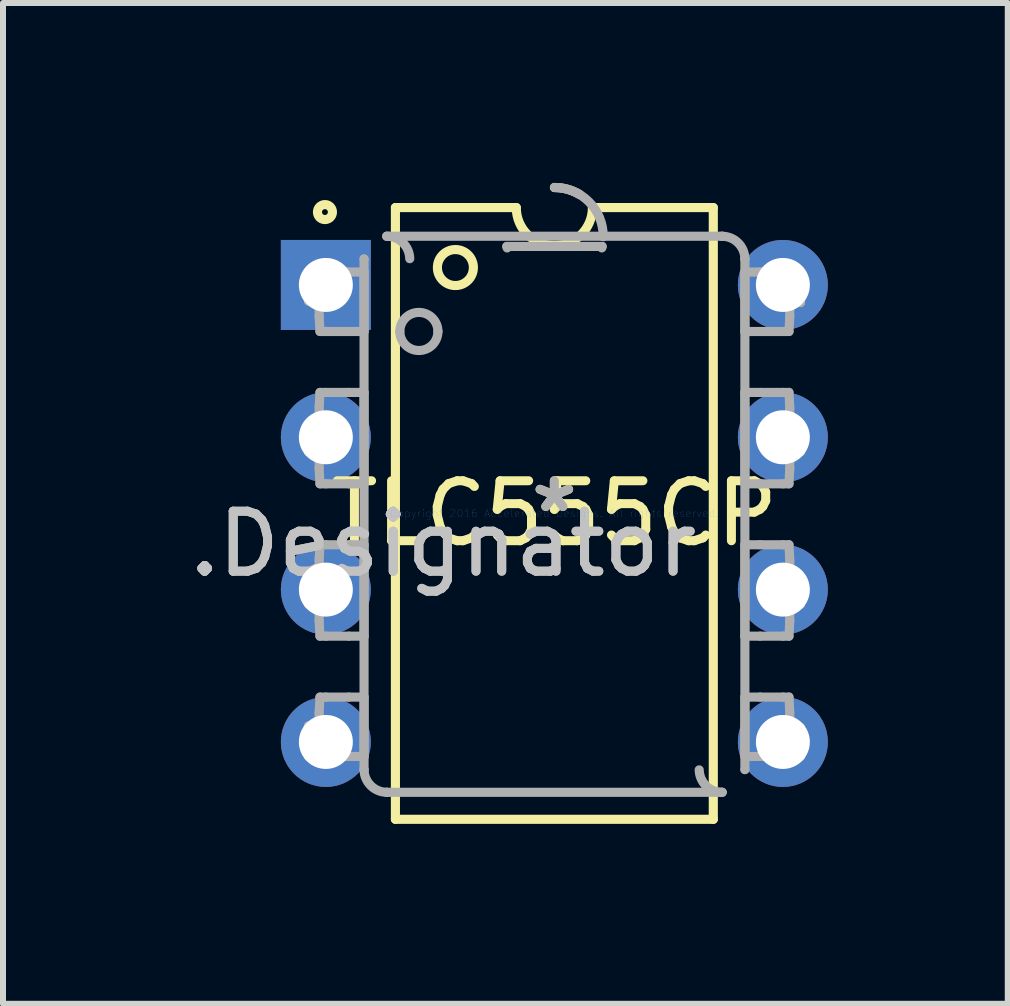
<source format=kicad_pcb>
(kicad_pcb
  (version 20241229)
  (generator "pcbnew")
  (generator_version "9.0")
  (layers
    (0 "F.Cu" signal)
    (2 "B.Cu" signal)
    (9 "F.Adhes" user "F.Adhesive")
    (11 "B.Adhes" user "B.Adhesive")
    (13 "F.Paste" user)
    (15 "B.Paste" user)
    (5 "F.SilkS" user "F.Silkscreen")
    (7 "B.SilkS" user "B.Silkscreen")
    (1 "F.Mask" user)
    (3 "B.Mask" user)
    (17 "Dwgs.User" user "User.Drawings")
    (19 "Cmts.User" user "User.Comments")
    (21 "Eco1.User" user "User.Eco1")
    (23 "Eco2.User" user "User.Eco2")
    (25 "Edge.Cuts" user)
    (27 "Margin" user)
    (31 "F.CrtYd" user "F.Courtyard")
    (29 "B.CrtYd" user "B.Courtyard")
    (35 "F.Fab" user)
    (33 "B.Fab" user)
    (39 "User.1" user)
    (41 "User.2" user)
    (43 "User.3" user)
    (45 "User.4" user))
  (footprint "TLC555CP"
    (layer "F.Cu")
    (at 6.193 5.511)
    (property "Reference" "TLC555CP" (at 0 0 0) (layer "F.SilkS") (effects (font (size 1 1) (thickness 0.15))))
    (attr through_hole)
    (fp_line (start -2.65 -5.1) (end -0.635 -5.1) (stroke (width 0.152) (type solid)) (layer "F.SilkS"))
    (fp_line (start -2.65 5.1) (end -2.65 -5.1) (stroke (width 0.152) (type solid)) (layer "F.SilkS"))
    (fp_line (start -2.65 5.1) (end 2.65 5.1) (stroke (width 0.152) (type solid)) (layer "F.SilkS"))
    (fp_line (start 0.635 -5.1) (end 2.65 -5.1) (stroke (width 0.152) (type solid)) (layer "F.SilkS"))
    (fp_line (start 2.65 5.1) (end 2.65 -5.1) (stroke (width 0.152) (type solid)) (layer "F.SilkS"))
    (fp_arc (start 0.635 -5.1) (mid 0 -4.465) (end -0.635 -5.1) (stroke (width 0.1524) (type solid)) (layer "F.SilkS"))
    (fp_circle (center -3.825 -5.025) (end -3.7 -5.025) (stroke (width 0.152) (type solid)) (fill no) (layer "F.SilkS"))
    (fp_circle (center -1.65 -4.1) (end -1.35 -4.1) (stroke (width 0.152) (type solid)) (fill no) (layer "F.SilkS"))
    (fp_line (start -4.1 -4.025) (end -3.808 -4.025) (stroke (width 0.152) (type solid)) (layer "F.Fab"))
    (fp_line (start -4.1 -3.542) (end -4.1 -4.025) (stroke (width 0.152) (type solid)) (layer "F.Fab"))
    (fp_line (start -4.1 -3.542) (end -3.922 -3.542) (stroke (width 0.152) (type solid)) (layer "F.Fab"))
    (fp_line (start -4.1 -1.485) (end -3.922 -1.485) (stroke (width 0.152) (type solid)) (layer "F.Fab"))
    (fp_line (start -4.1 -1.028) (end -4.1 -1.485) (stroke (width 0.152) (type solid)) (layer "F.Fab"))
    (fp_line (start -4.1 -1.028) (end -3.922 -1.028) (stroke (width 0.152) (type solid)) (layer "F.Fab"))
    (fp_line (start -4.1 1.055) (end -3.922 1.055) (stroke (width 0.152) (type solid)) (layer "F.Fab"))
    (fp_line (start -4.1 1.512) (end -4.1 1.055) (stroke (width 0.152) (type solid)) (layer "F.Fab"))
    (fp_line (start -4.1 1.512) (end -3.922 1.512) (stroke (width 0.152) (type solid)) (layer "F.Fab"))
    (fp_line (start -4.1 3.544) (end -3.922 3.544) (stroke (width 0.152) (type solid)) (layer "F.Fab"))
    (fp_line (start -4.1 4.052) (end -4.1 3.544) (stroke (width 0.152) (type solid)) (layer "F.Fab"))
    (fp_line (start -4.1 4.052) (end -3.808 4.052) (stroke (width 0.152) (type solid)) (layer "F.Fab"))
    (fp_line (start -3.922 -3.288) (end -3.922 -3.542) (stroke (width 0.152) (type solid)) (layer "F.Fab"))
    (fp_line (start -3.922 -3.288) (end -3.908 -3.034) (stroke (width 0.152) (type solid)) (layer "F.Fab"))
    (fp_line (start -3.922 -1.764) (end -3.908 -2.018) (stroke (width 0.152) (type solid)) (layer "F.Fab"))
    (fp_line (start -3.922 -1.485) (end -3.922 -1.764) (stroke (width 0.152) (type solid)) (layer "F.Fab"))
    (fp_line (start -3.922 -0.748) (end -3.922 -1.028) (stroke (width 0.152) (type solid)) (layer "F.Fab"))
    (fp_line (start -3.922 -0.748) (end -3.908 -0.494) (stroke (width 0.152) (type solid)) (layer "F.Fab"))
    (fp_line (start -3.922 0.776) (end -3.908 0.522) (stroke (width 0.152) (type solid)) (layer "F.Fab"))
    (fp_line (start -3.922 1.055) (end -3.922 0.776) (stroke (width 0.152) (type solid)) (layer "F.Fab"))
    (fp_line (start -3.922 1.792) (end -3.922 1.512) (stroke (width 0.152) (type solid)) (layer "F.Fab"))
    (fp_line (start -3.922 1.792) (end -3.908 2.046) (stroke (width 0.152) (type solid)) (layer "F.Fab"))
    (fp_line (start -3.922 3.316) (end -3.908 3.062) (stroke (width 0.152) (type solid)) (layer "F.Fab"))
    (fp_line (start -3.922 3.544) (end -3.922 3.316) (stroke (width 0.152) (type solid)) (layer "F.Fab"))
    (fp_line (start -3.908 -3.034) (end -3.808 -3.034) (stroke (width 0.152) (type solid)) (layer "F.Fab"))
    (fp_line (start -3.908 -2.018) (end -3.808 -2.018) (stroke (width 0.152) (type solid)) (layer "F.Fab"))
    (fp_line (start -3.908 -0.494) (end -3.808 -0.494) (stroke (width 0.152) (type solid)) (layer "F.Fab"))
    (fp_line (start -3.908 0.522) (end -3.808 0.522) (stroke (width 0.152) (type solid)) (layer "F.Fab"))
    (fp_line (start -3.908 2.046) (end -3.808 2.046) (stroke (width 0.152) (type solid)) (layer "F.Fab"))
    (fp_line (start -3.908 3.062) (end -3.808 3.062) (stroke (width 0.152) (type solid)) (layer "F.Fab"))
    (fp_line (start -3.808 -4.025) (end -3.427 -4.025) (stroke (width 0.152) (type solid)) (layer "F.Fab"))
    (fp_line (start -3.808 -3.034) (end -3.427 -3.034) (stroke (width 0.152) (type solid)) (layer "F.Fab"))
    (fp_line (start -3.808 -2.018) (end -3.427 -2.018) (stroke (width 0.152) (type solid)) (layer "F.Fab"))
    (fp_line (start -3.808 -0.494) (end -3.427 -0.494) (stroke (width 0.152) (type solid)) (layer "F.Fab"))
    (fp_line (start -3.808 0.522) (end -3.427 0.522) (stroke (width 0.152) (type solid)) (layer "F.Fab"))
    (fp_line (start -3.808 2.046) (end -3.427 2.046) (stroke (width 0.152) (type solid)) (layer "F.Fab"))
    (fp_line (start -3.808 3.062) (end -3.427 3.062) (stroke (width 0.152) (type solid)) (layer "F.Fab"))
    (fp_line (start -3.808 4.052) (end -3.427 4.052) (stroke (width 0.152) (type solid)) (layer "F.Fab"))
    (fp_line (start -3.427 -4.025) (end -3.173 -4.025) (stroke (width 0.152) (type solid)) (layer "F.Fab"))
    (fp_line (start -3.427 -3.034) (end -3.173 -3.034) (stroke (width 0.152) (type solid)) (layer "F.Fab"))
    (fp_line (start -3.427 -2.018) (end -3.173 -2.018) (stroke (width 0.152) (type solid)) (layer "F.Fab"))
    (fp_line (start -3.427 -0.494) (end -3.173 -0.494) (stroke (width 0.152) (type solid)) (layer "F.Fab"))
    (fp_line (start -3.427 0.522) (end -3.173 0.522) (stroke (width 0.152) (type solid)) (layer "F.Fab"))
    (fp_line (start -3.427 2.046) (end -3.173 2.046) (stroke (width 0.152) (type solid)) (layer "F.Fab"))
    (fp_line (start -3.427 3.062) (end -3.173 3.062) (stroke (width 0.152) (type solid)) (layer "F.Fab"))
    (fp_line (start -3.427 4.052) (end -3.173 4.052) (stroke (width 0.152) (type solid)) (layer "F.Fab"))
    (fp_line (start -3.173 -4.241) (end -3.173 -4.245) (stroke (width 0.152) (type solid)) (layer "F.Fab"))
    (fp_line (start -3.173 -3.034) (end -3.173 -4.025) (stroke (width 0.152) (type solid)) (layer "F.Fab"))
    (fp_line (start -3.173 -0.494) (end -3.173 -2.018) (stroke (width 0.152) (type solid)) (layer "F.Fab"))
    (fp_line (start -3.173 2.046) (end -3.173 0.522) (stroke (width 0.152) (type solid)) (layer "F.Fab"))
    (fp_line (start -3.173 4.052) (end -3.173 3.062) (stroke (width 0.152) (type solid)) (layer "F.Fab"))
    (fp_line (start -3.173 4.268) (end -3.173 -4.241) (stroke (width 0.152) (type solid)) (layer "F.Fab"))
    (fp_line (start -3.173 4.272) (end -3.173 4.268) (stroke (width 0.152) (type solid)) (layer "F.Fab"))
    (fp_line (start -2.796 -4.622) (end -2.792 -4.622) (stroke (width 0.152) (type solid)) (layer "F.Fab"))
    (fp_line (start -2.796 4.649) (end -2.792 4.649) (stroke (width 0.152) (type solid)) (layer "F.Fab"))
    (fp_line (start -2.792 -4.622) (end 2.796 -4.622) (stroke (width 0.152) (type solid)) (layer "F.Fab"))
    (fp_line (start -2.792 4.649) (end 2.796 4.649) (stroke (width 0.152) (type solid)) (layer "F.Fab"))
    (fp_line (start -0.793 -4.452) (end -0.787 -4.427) (stroke (width 0.152) (type solid)) (layer "F.Fab"))
    (fp_line (start -0.793 -4.452) (end 0.797 -4.452) (stroke (width 0.152) (type solid)) (layer "F.Fab"))
    (fp_line (start 0.791 -4.427) (end 0.797 -4.452) (stroke (width 0.152) (type solid)) (layer "F.Fab"))
    (fp_line (start 2.796 -4.622) (end 2.8 -4.622) (stroke (width 0.152) (type solid)) (layer "F.Fab"))
    (fp_line (start 2.796 4.649) (end 2.8 4.649) (stroke (width 0.152) (type solid)) (layer "F.Fab"))
    (fp_line (start 3.177 -4.245) (end 3.177 -4.241) (stroke (width 0.152) (type solid)) (layer "F.Fab"))
    (fp_line (start 3.177 4.272) (end 3.177 4.268) (stroke (width 0.152) (type solid)) (layer "F.Fab"))
    (fp_line (start 3.177 -4.025) (end 3.431 -4.025) (stroke (width 0.152) (type solid)) (layer "F.Fab"))
    (fp_line (start 3.177 -3.034) (end 3.177 -4.025) (stroke (width 0.152) (type solid)) (layer "F.Fab"))
    (fp_line (start 3.177 -3.034) (end 3.431 -3.034) (stroke (width 0.152) (type solid)) (layer "F.Fab"))
    (fp_line (start 3.177 -2.018) (end 3.431 -2.018) (stroke (width 0.152) (type solid)) (layer "F.Fab"))
    (fp_line (start 3.177 -0.494) (end 3.177 -2.018) (stroke (width 0.152) (type solid)) (layer "F.Fab"))
    (fp_line (start 3.177 -0.494) (end 3.431 -0.494) (stroke (width 0.152) (type solid)) (layer "F.Fab"))
    (fp_line (start 3.177 0.522) (end 3.431 0.522) (stroke (width 0.152) (type solid)) (layer "F.Fab"))
    (fp_line (start 3.177 2.046) (end 3.177 0.522) (stroke (width 0.152) (type solid)) (layer "F.Fab"))
    (fp_line (start 3.177 2.046) (end 3.431 2.046) (stroke (width 0.152) (type solid)) (layer "F.Fab"))
    (fp_line (start 3.177 3.062) (end 3.431 3.062) (stroke (width 0.152) (type solid)) (layer "F.Fab"))
    (fp_line (start 3.177 4.052) (end 3.177 3.062) (stroke (width 0.152) (type solid)) (layer "F.Fab"))
    (fp_line (start 3.177 4.052) (end 3.431 4.052) (stroke (width 0.152) (type solid)) (layer "F.Fab"))
    (fp_line (start 3.177 4.268) (end 3.177 -4.241) (stroke (width 0.152) (type solid)) (layer "F.Fab"))
    (fp_line (start 3.431 -4.025) (end 3.812 -4.025) (stroke (width 0.152) (type solid)) (layer "F.Fab"))
    (fp_line (start 3.431 -3.034) (end 3.812 -3.034) (stroke (width 0.152) (type solid)) (layer "F.Fab"))
    (fp_line (start 3.431 -2.018) (end 3.812 -2.018) (stroke (width 0.152) (type solid)) (layer "F.Fab"))
    (fp_line (start 3.431 -0.494) (end 3.812 -0.494) (stroke (width 0.152) (type solid)) (layer "F.Fab"))
    (fp_line (start 3.431 0.522) (end 3.812 0.522) (stroke (width 0.152) (type solid)) (layer "F.Fab"))
    (fp_line (start 3.431 2.046) (end 3.812 2.046) (stroke (width 0.152) (type solid)) (layer "F.Fab"))
    (fp_line (start 3.431 3.062) (end 3.812 3.062) (stroke (width 0.152) (type solid)) (layer "F.Fab"))
    (fp_line (start 3.431 4.052) (end 3.812 4.052) (stroke (width 0.152) (type solid)) (layer "F.Fab"))
    (fp_line (start 3.812 -4.025) (end 4.104 -4.025) (stroke (width 0.152) (type solid)) (layer "F.Fab"))
    (fp_line (start 3.812 -3.034) (end 3.912 -3.034) (stroke (width 0.152) (type solid)) (layer "F.Fab"))
    (fp_line (start 3.812 -2.018) (end 3.912 -2.018) (stroke (width 0.152) (type solid)) (layer "F.Fab"))
    (fp_line (start 3.812 -0.494) (end 3.912 -0.494) (stroke (width 0.152) (type solid)) (layer "F.Fab"))
    (fp_line (start 3.812 0.522) (end 3.912 0.522) (stroke (width 0.152) (type solid)) (layer "F.Fab"))
    (fp_line (start 3.812 2.046) (end 3.912 2.046) (stroke (width 0.152) (type solid)) (layer "F.Fab"))
    (fp_line (start 3.812 3.062) (end 3.912 3.062) (stroke (width 0.152) (type solid)) (layer "F.Fab"))
    (fp_line (start 3.812 4.052) (end 4.104 4.052) (stroke (width 0.152) (type solid)) (layer "F.Fab"))
    (fp_line (start 3.912 -3.034) (end 3.925 -3.288) (stroke (width 0.152) (type solid)) (layer "F.Fab"))
    (fp_line (start 3.912 -2.018) (end 3.925 -1.764) (stroke (width 0.152) (type solid)) (layer "F.Fab"))
    (fp_line (start 3.912 -0.494) (end 3.925 -0.748) (stroke (width 0.152) (type solid)) (layer "F.Fab"))
    (fp_line (start 3.912 0.522) (end 3.925 0.776) (stroke (width 0.152) (type solid)) (layer "F.Fab"))
    (fp_line (start 3.912 2.046) (end 3.925 1.792) (stroke (width 0.152) (type solid)) (layer "F.Fab"))
    (fp_line (start 3.912 3.062) (end 3.925 3.316) (stroke (width 0.152) (type solid)) (layer "F.Fab"))
    (fp_line (start 3.925 -3.517) (end 4.104 -3.517) (stroke (width 0.152) (type solid)) (layer "F.Fab"))
    (fp_line (start 3.925 -3.288) (end 3.925 -3.517) (stroke (width 0.152) (type solid)) (layer "F.Fab"))
    (fp_line (start 3.925 -1.485) (end 3.925 -1.764) (stroke (width 0.152) (type solid)) (layer "F.Fab"))
    (fp_line (start 3.925 -1.485) (end 4.104 -1.485) (stroke (width 0.152) (type solid)) (layer "F.Fab"))
    (fp_line (start 3.925 -1.028) (end 4.104 -1.028) (stroke (width 0.152) (type solid)) (layer "F.Fab"))
    (fp_line (start 3.925 -0.748) (end 3.925 -1.028) (stroke (width 0.152) (type solid)) (layer "F.Fab"))
    (fp_line (start 3.925 1.055) (end 3.925 0.776) (stroke (width 0.152) (type solid)) (layer "F.Fab"))
    (fp_line (start 3.925 1.055) (end 4.104 1.055) (stroke (width 0.152) (type solid)) (layer "F.Fab"))
    (fp_line (start 3.925 1.512) (end 4.104 1.512) (stroke (width 0.152) (type solid)) (layer "F.Fab"))
    (fp_line (start 3.925 1.792) (end 3.925 1.512) (stroke (width 0.152) (type solid)) (layer "F.Fab"))
    (fp_line (start 3.925 3.57) (end 3.925 3.316) (stroke (width 0.152) (type solid)) (layer "F.Fab"))
    (fp_line (start 3.925 3.57) (end 4.104 3.57) (stroke (width 0.152) (type solid)) (layer "F.Fab"))
    (fp_line (start 4.104 -3.517) (end 4.104 -4.025) (stroke (width 0.152) (type solid)) (layer "F.Fab"))
    (fp_line (start 4.104 -1.028) (end 4.104 -1.485) (stroke (width 0.152) (type solid)) (layer "F.Fab"))
    (fp_line (start 4.104 1.512) (end 4.104 1.055) (stroke (width 0.152) (type solid)) (layer "F.Fab"))
    (fp_line (start 4.104 4.052) (end 4.104 3.57) (stroke (width 0.152) (type solid)) (layer "F.Fab"))
    (fp_arc (start -2.792082 -4.621893) (mid -2.525288 -4.512894) (end -2.411141 -4.248261) (stroke (width 0.1524) (type solid)) (layer "F.Fab"))
    (fp_arc (start -2.792082 4.649117) (mid -3.058877 4.540118) (end -3.173024 4.275484) (stroke (width 0.1524) (type solid)) (layer "F.Fab"))
    (fp_arc (start -2.576177 -3.034401) (mid -2.258677 -3.351901) (end -1.941177 -3.034401) (stroke (width 0.1524) (type solid)) (layer "F.Fab"))
    (fp_arc (start -1.941177 -3.034401) (mid -2.258677 -2.716901) (end -2.576177 -3.034401) (stroke (width 0.1524) (type solid)) (layer "F.Fab"))
    (fp_arc (start 0.00191 -5.434691) (mid 0.579215 -5.194047) (end 0.814675 -4.614609) (stroke (width 0.1524) (type solid)) (layer "F.Fab"))
    (fp_arc (start 0.001913 -5.434678) (mid 0.218247 -5.405359) (end 0.418974 -5.319518) (stroke (width 0.1524) (type solid)) (layer "F.Fab"))
    (fp_arc (start 0.00192 -5.434749) (mid 0.218261 -5.405429) (end 0.418995 -5.319586) (stroke (width 0.1524) (type solid)) (layer "F.Fab"))
    (fp_arc (start 2.795915 -4.621893) (mid 3.062701 -4.512897) (end 3.176844 -4.248273) (stroke (width 0.1524) (type solid)) (layer "F.Fab"))
    (fp_arc (start 2.795915 4.649117) (mid 2.529129 4.540121) (end 2.414986 4.275497) (stroke (width 0.1524) (type solid)) (layer "F.Fab"))
    (fp_text user "*" (at 0 0 0) (layer "F.SilkS") (effects (font (size 1 1) (thickness 0.15))))
    (fp_text user ".Designator" (at -1.854 0.508 0) (layer "Dwgs.User") (effects (font (size 1 1) (thickness 0.15))))
    (fp_text user "Copyright 2016 Accelerated Designs. All rights reserved." (at 0 0 0) (layer "Cmts.User") (effects (font (size 0.127 0.127) (thickness 0.002))))
    (fp_text user ".Designator" (at -1.854 0.508 0) (layer "F.Fab") (effects (font (size 1 1) (thickness 0.15))))
    (fp_text user "*" (at 0 0 0) (layer "F.Fab") (effects (font (size 1 1) (thickness 0.15))))
    (pad "1" thru_hole rect (at -3.81 -3.81) (size 1.5 1.5) (drill 0.9) (layers "*.Cu" "*.Mask"))
    (pad "2" thru_hole circle (at -3.81 -1.27) (size 1.5 1.5) (drill 0.9) (layers "*.Cu" "*.Mask"))
    (pad "3" thru_hole circle (at -3.81 1.27) (size 1.5 1.5) (drill 0.9) (layers "*.Cu" "*.Mask"))
    (pad "4" thru_hole circle (at -3.81 3.81) (size 1.5 1.5) (drill 0.9) (layers "*.Cu" "*.Mask"))
    (pad "5" thru_hole circle (at 3.81 3.81) (size 1.5 1.5) (drill 0.9) (layers "*.Cu" "*.Mask"))
    (pad "6" thru_hole circle (at 3.81 1.27) (size 1.5 1.5) (drill 0.9) (layers "*.Cu" "*.Mask"))
    (pad "7" thru_hole circle (at 3.81 -1.27) (size 1.5 1.5) (drill 0.9) (layers "*.Cu" "*.Mask"))
    (pad "8" thru_hole circle (at 3.81 -3.81) (size 1.5 1.5) (drill 0.9) (layers "*.Cu" "*.Mask")))
  (gr_rect
    (start -3 -3)
    (end 13.753 13.687)
    (stroke (width 0.1) (type default))
    (fill no)
    (layer "Edge.Cuts")))
</source>
